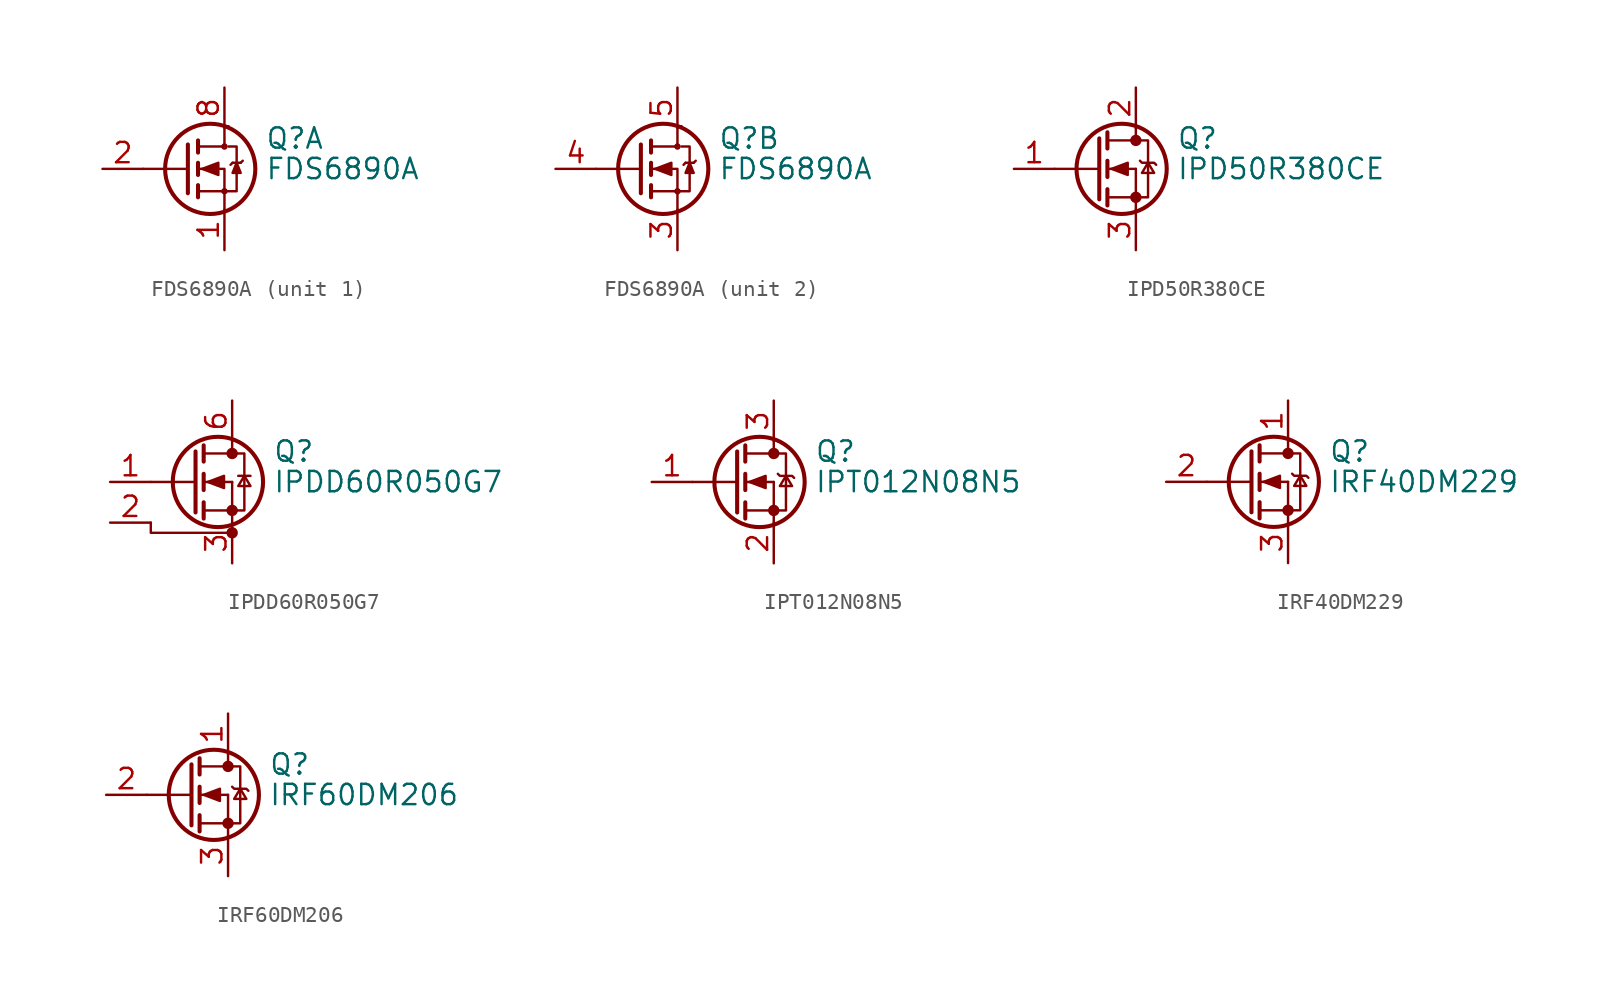
<source format=kicad_sym>
(kicad_symbol_lib
  (version 20201005)
  (generator kicad_symbol_editor)
  (symbol "FDS6890A"
    (pin_names
      (offset 0) hide)
    (property "Reference" "Q"
      (at 5.08 1.905 0)
      (effects (font (size 1.27 1.27)) (justify left)))
    (property "Value" "FDS6890A"
      (at 5.08 0 0)
      (effects (font (size 1.27 1.27)) (justify left)))
    (symbol "FDS6890A_0_1"
      (circle (center 1.651 0) (radius 2.819) (stroke (width 0.254)) (fill (type none)))
      (circle (center 2.54 -1.397) (radius 0.127) (stroke (width 0)) (fill (type none)))
      (circle (center 2.54 1.397) (radius 0.127) (stroke (width 0)) (fill (type none)))
      (polyline (pts (xy 0.254 0) (xy -2.54 0)) (stroke (width 0)) (fill (type none)))
      (polyline (pts (xy 0.889 -1.016) (xy 0.889 -1.778)) (stroke (width 0.254)) (fill (type none)))
      (polyline (pts (xy 0.889 0.381) (xy 0.889 -0.381)) (stroke (width 0.254)) (fill (type none)))
      (polyline (pts (xy 0.889 1.778) (xy 0.889 1.016)) (stroke (width 0.254)) (fill (type none)))
      (polyline (pts (xy 3.048 0.381) (xy 2.921 0.254)) (stroke (width 0)) (fill (type none)))
      (polyline (pts (xy 3.048 0.381) (xy 3.556 0.381)) (stroke (width 0)) (fill (type none)))
      (polyline (pts (xy 3.556 0.381) (xy 3.683 0.508)) (stroke (width 0)) (fill (type none)))
      (polyline (pts (xy 0.254 1.524) (xy 0.254 -1.524) (xy 0.254 -1.524)) (stroke (width 0.254)) (fill (type none)))
      (polyline (pts (xy 0.889 -1.397) (xy 2.54 -1.397) (xy 2.54 -2.667) (xy 2.54 -2.667)) (stroke (width 0)) (fill (type none)))
      (polyline (pts (xy 1.016 1.397) (xy 2.54 1.397) (xy 2.54 2.667) (xy 2.794 2.667)) (stroke (width 0)) (fill (type none)))
      (polyline (pts (xy 2.794 1.397) (xy 3.302 1.397) (xy 3.302 -1.397) (xy 2.54 -1.397)) (stroke (width 0)) (fill (type none)))
      (polyline (pts (xy 3.302 0.381) (xy 3.048 -0.254) (xy 3.556 -0.254) (xy 3.302 0.381)) (stroke (width 0)) (fill (type outline)))
      (polyline (pts (xy 0.889 0) (xy 1.27 0) (xy 2.54 0) (xy 2.54 -1.27) (xy 2.54 -1.27)) (stroke (width 0)) (fill (type none)))
      (polyline (pts (xy 1.143 0) (xy 2.159 0.381) (xy 2.159 -0.381) (xy 1.143 0) (xy 1.27 0) (xy 1.27 0)) (stroke (width 0)) (fill (type outline))))
    (symbol "FDS6890A_1_1"
      (pin passive line (at 2.54 -5.08 90) (length 2.54) (name "S1" (effects (font (size 1.27 1.27)))) (number "1" (effects (font (size 1.27 1.27)))))
      (pin passive line (at -5.08 0 0) (length 2.54) (name "G1" (effects (font (size 1.27 1.27)))) (number "2" (effects (font (size 1.27 1.27)))))
      (pin passive line (at 2.54 5.08 270) (length 2.54) hide (name "D1" (effects (font (size 1.27 1.27)))) (number "7" (effects (font (size 1.27 1.27)))))
      (pin passive line (at 2.54 5.08 270) (length 2.54) (name "D1" (effects (font (size 1.27 1.27)))) (number "8" (effects (font (size 1.27 1.27))))))
    (symbol "FDS6890A_2_1"
      (pin passive line (at 2.54 -5.08 90) (length 2.54) (name "S2" (effects (font (size 1.27 1.27)))) (number "3" (effects (font (size 1.27 1.27)))))
      (pin passive line (at -5.08 0 0) (length 2.54) (name "G2" (effects (font (size 1.27 1.27)))) (number "4" (effects (font (size 1.27 1.27)))))
      (pin passive line (at 2.54 5.08 270) (length 2.54) (name "D2" (effects (font (size 1.27 1.27)))) (number "5" (effects (font (size 1.27 1.27)))))
      (pin passive line (at 2.54 5.08 270) (length 2.54) hide (name "D2" (effects (font (size 1.27 1.27)))) (number "6" (effects (font (size 1.27 1.27)))))))
  (symbol "IPD50R380CE"
    (pin_names
      (offset 0) hide)
    (property "Reference" "Q"
      (at 5.08 1.905 0)
      (effects (font (size 1.27 1.27)) (justify left)))
    (property "Value" "IPD50R380CE"
      (at 5.08 0 0)
      (effects (font (size 1.27 1.27)) (justify left)))
    (symbol "IPD50R380CE_0_1"
      (circle (center 1.651 0) (radius 2.819) (stroke (width 0.254)) (fill (type none)))
      (circle (center 2.54 -1.778) (radius 0.279) (stroke (width 0)) (fill (type outline)))
      (circle (center 2.54 1.778) (radius 0.279) (stroke (width 0)) (fill (type outline)))
      (polyline (pts (xy -2.54 0) (xy 0.254 0)) (stroke (width 0)) (fill (type none)))
      (polyline (pts (xy 0.762 -1.778) (xy 2.54 -1.778)) (stroke (width 0)) (fill (type none)))
      (polyline (pts (xy 0.762 -1.27) (xy 0.762 -2.286)) (stroke (width 0.254)) (fill (type none)))
      (polyline (pts (xy 0.762 0) (xy 2.54 0)) (stroke (width 0)) (fill (type none)))
      (polyline (pts (xy 0.762 0.508) (xy 0.762 -0.508)) (stroke (width 0.254)) (fill (type none)))
      (polyline (pts (xy 0.762 1.778) (xy 2.54 1.778)) (stroke (width 0)) (fill (type none)))
      (polyline (pts (xy 0.762 2.286) (xy 0.762 1.27)) (stroke (width 0.254)) (fill (type none)))
      (polyline (pts (xy 2.54 -1.778) (xy 2.54 -2.54)) (stroke (width 0)) (fill (type none)))
      (polyline (pts (xy 2.54 -1.778) (xy 2.54 0)) (stroke (width 0)) (fill (type none)))
      (polyline (pts (xy 2.54 2.54) (xy 2.54 1.778)) (stroke (width 0)) (fill (type none)))
      (polyline (pts (xy 0.254 1.905) (xy 0.254 -1.905) (xy 0.254 -1.905)) (stroke (width 0.254)) (fill (type none)))
      (polyline (pts (xy 1.016 0) (xy 2.032 0.381) (xy 2.032 -0.381) (xy 1.016 0)) (stroke (width 0)) (fill (type outline)))
      (polyline (pts (xy 2.54 -1.778) (xy 3.302 -1.778) (xy 3.302 1.778) (xy 2.54 1.778)) (stroke (width 0)) (fill (type none)))
      (polyline (pts (xy 2.794 0.508) (xy 2.921 0.381) (xy 3.683 0.381) (xy 3.81 0.254)) (stroke (width 0)) (fill (type none)))
      (polyline (pts (xy 3.302 0.381) (xy 2.921 -0.254) (xy 3.683 -0.254) (xy 3.302 0.381)) (stroke (width 0)) (fill (type none))))
    (symbol "IPD50R380CE_1_1"
      (pin input line (at -5.08 0 0) (length 2.54) (name "G" (effects (font (size 1.27 1.27)))) (number "1" (effects (font (size 1.27 1.27)))))
      (pin passive line (at 2.54 5.08 270) (length 2.54) (name "D" (effects (font (size 1.27 1.27)))) (number "2" (effects (font (size 1.27 1.27)))))
      (pin passive line (at 2.54 -5.08 90) (length 2.54) (name "S" (effects (font (size 1.27 1.27)))) (number "3" (effects (font (size 1.27 1.27)))))))
  (symbol "IPDD60R050G7"
    (pin_names
      (offset 0) hide)
    (property "Reference" "Q"
      (at 5.08 1.905 0)
      (effects (font (size 1.27 1.27)) (justify left)))
    (property "Value" "IPDD60R050G7"
      (at 5.08 0 0)
      (effects (font (size 1.27 1.27)) (justify left)))
    (symbol "IPDD60R050G7_0_1"
      (circle (center 1.651 0) (radius 2.819) (stroke (width 0.254)) (fill (type none)))
      (circle (center 2.54 -3.175) (radius 0.279) (stroke (width 0)) (fill (type outline)))
      (circle (center 2.54 -1.778) (radius 0.279) (stroke (width 0)) (fill (type outline)))
      (circle (center 2.54 1.778) (radius 0.279) (stroke (width 0)) (fill (type outline)))
      (polyline (pts (xy -2.54 0) (xy 0.254 0)) (stroke (width 0)) (fill (type none)))
      (polyline (pts (xy 0.762 -1.778) (xy 2.54 -1.778)) (stroke (width 0)) (fill (type none)))
      (polyline (pts (xy 0.762 -1.27) (xy 0.762 -2.286)) (stroke (width 0.254)) (fill (type none)))
      (polyline (pts (xy 0.762 0) (xy 2.54 0)) (stroke (width 0)) (fill (type none)))
      (polyline (pts (xy 0.762 0.508) (xy 0.762 -0.508)) (stroke (width 0.254)) (fill (type none)))
      (polyline (pts (xy 0.762 1.778) (xy 2.54 1.778)) (stroke (width 0)) (fill (type none)))
      (polyline (pts (xy 0.762 2.286) (xy 0.762 1.27)) (stroke (width 0.254)) (fill (type none)))
      (polyline (pts (xy 2.54 -1.778) (xy 2.54 -2.54)) (stroke (width 0)) (fill (type none)))
      (polyline (pts (xy 2.54 -1.778) (xy 2.54 0)) (stroke (width 0)) (fill (type none)))
      (polyline (pts (xy 2.54 2.54) (xy 2.54 1.778)) (stroke (width 0)) (fill (type none)))
      (polyline (pts (xy 3.683 0.381) (xy 2.921 0.381)) (stroke (width 0)) (fill (type none)))
      (polyline (pts (xy -2.54 -2.54) (xy -2.54 -3.175) (xy 2.54 -3.175)) (stroke (width 0)) (fill (type none)))
      (polyline (pts (xy 0.254 1.905) (xy 0.254 -1.905) (xy 0.254 -1.905)) (stroke (width 0.254)) (fill (type none)))
      (polyline (pts (xy 1.016 0) (xy 2.032 0.381) (xy 2.032 -0.381) (xy 1.016 0)) (stroke (width 0)) (fill (type outline)))
      (polyline (pts (xy 2.54 -1.778) (xy 3.302 -1.778) (xy 3.302 1.778) (xy 2.54 1.778)) (stroke (width 0)) (fill (type none)))
      (polyline (pts (xy 3.302 0.381) (xy 2.921 -0.254) (xy 3.683 -0.254) (xy 3.302 0.381)) (stroke (width 0)) (fill (type none))))
    (symbol "IPDD60R050G7_1_1"
      (pin input line (at -5.08 0 0) (length 2.54) (name "G" (effects (font (size 1.27 1.27)))) (number "1" (effects (font (size 1.27 1.27)))))
      (pin passive line (at 2.54 5.08 270) (length 2.54) hide (name "D" (effects (font (size 1.27 1.27)))) (number "10" (effects (font (size 1.27 1.27)))))
      (pin passive line (at -5.08 -2.54 0) (length 2.54) (name "DS" (effects (font (size 1.27 1.27)))) (number "2" (effects (font (size 1.27 1.27)))))
      (pin passive line (at 2.54 -5.08 90) (length 2.54) (name "PS" (effects (font (size 1.27 1.27)))) (number "3" (effects (font (size 1.27 1.27)))))
      (pin passive line (at 2.54 -5.08 90) (length 2.54) hide (name "PS" (effects (font (size 1.27 1.27)))) (number "4" (effects (font (size 1.27 1.27)))))
      (pin passive line (at 2.54 -5.08 90) (length 2.54) hide (name "PS" (effects (font (size 1.27 1.27)))) (number "5" (effects (font (size 1.27 1.27)))))
      (pin passive line (at 2.54 5.08 270) (length 2.54) (name "D" (effects (font (size 1.27 1.27)))) (number "6" (effects (font (size 1.27 1.27)))))
      (pin passive line (at 2.54 5.08 270) (length 2.54) hide (name "D" (effects (font (size 1.27 1.27)))) (number "7" (effects (font (size 1.27 1.27)))))
      (pin passive line (at 2.54 5.08 270) (length 2.54) hide (name "D" (effects (font (size 1.27 1.27)))) (number "8" (effects (font (size 1.27 1.27)))))
      (pin passive line (at 2.54 5.08 270) (length 2.54) hide (name "D" (effects (font (size 1.27 1.27)))) (number "9" (effects (font (size 1.27 1.27)))))))
  (symbol "IPT012N08N5"
    (pin_names hide)
    (property "Reference" "Q"
      (at 5.08 1.905 0)
      (effects (font (size 1.27 1.27)) (justify left)))
    (property "Value" "IPT012N08N5"
      (at 5.08 0 0)
      (effects (font (size 1.27 1.27)) (justify left)))
    (symbol "IPT012N08N5_0_1"
      (circle (center 1.651 0) (radius 2.819) (stroke (width 0.254)) (fill (type none)))
      (circle (center 2.54 -1.778) (radius 0.279) (stroke (width 0)) (fill (type outline)))
      (circle (center 2.54 1.778) (radius 0.279) (stroke (width 0)) (fill (type outline)))
      (polyline (pts (xy -2.54 0) (xy 0.254 0)) (stroke (width 0)) (fill (type none)))
      (polyline (pts (xy 0.762 -1.778) (xy 2.54 -1.778)) (stroke (width 0)) (fill (type none)))
      (polyline (pts (xy 0.762 -1.27) (xy 0.762 -2.286)) (stroke (width 0.254)) (fill (type none)))
      (polyline (pts (xy 0.762 0) (xy 2.54 0)) (stroke (width 0)) (fill (type none)))
      (polyline (pts (xy 0.762 0.508) (xy 0.762 -0.508)) (stroke (width 0.254)) (fill (type none)))
      (polyline (pts (xy 0.762 1.778) (xy 2.54 1.778)) (stroke (width 0)) (fill (type none)))
      (polyline (pts (xy 0.762 2.286) (xy 0.762 1.27)) (stroke (width 0.254)) (fill (type none)))
      (polyline (pts (xy 2.54 -1.778) (xy 2.54 -2.54)) (stroke (width 0)) (fill (type none)))
      (polyline (pts (xy 2.54 -1.778) (xy 2.54 0)) (stroke (width 0)) (fill (type none)))
      (polyline (pts (xy 2.54 2.54) (xy 2.54 1.778)) (stroke (width 0)) (fill (type none)))
      (polyline (pts (xy 0.254 1.905) (xy 0.254 -1.905) (xy 0.254 -1.905)) (stroke (width 0.254)) (fill (type none)))
      (polyline (pts (xy 1.016 0) (xy 2.032 0.381) (xy 2.032 -0.381) (xy 1.016 0)) (stroke (width 0)) (fill (type outline)))
      (polyline (pts (xy 2.54 -1.778) (xy 3.302 -1.778) (xy 3.302 1.778) (xy 2.54 1.778)) (stroke (width 0)) (fill (type none)))
      (polyline (pts (xy 2.794 0.508) (xy 2.921 0.381) (xy 3.683 0.381) (xy 3.81 0.254)) (stroke (width 0)) (fill (type none)))
      (polyline (pts (xy 3.302 0.381) (xy 2.921 -0.254) (xy 3.683 -0.254) (xy 3.302 0.381)) (stroke (width 0)) (fill (type none))))
    (symbol "IPT012N08N5_1_1"
      (pin input line (at -5.08 0 0) (length 2.54) (name "G" (effects (font (size 1.27 1.27)))) (number "1" (effects (font (size 1.27 1.27)))))
      (pin passive line (at 2.54 -5.08 90) (length 2.54) (name "S" (effects (font (size 1.27 1.27)))) (number "2" (effects (font (size 1.27 1.27)))))
      (pin passive line (at 2.54 5.08 270) (length 2.54) (name "D" (effects (font (size 1.27 1.27)))) (number "3" (effects (font (size 1.27 1.27)))))))
  (symbol "IRF40DM229"
    (pin_names
      (offset 0) hide)
    (property "Reference" "Q"
      (at 5.08 1.905 0)
      (effects (font (size 1.27 1.27)) (justify left)))
    (property "Value" "IRF40DM229"
      (at 5.08 0 0)
      (effects (font (size 1.27 1.27)) (justify left)))
    (symbol "IRF40DM229_0_1"
      (circle (center 1.651 0) (radius 2.819) (stroke (width 0.254)) (fill (type none)))
      (circle (center 2.54 -1.778) (radius 0.279) (stroke (width 0)) (fill (type outline)))
      (circle (center 2.54 1.778) (radius 0.279) (stroke (width 0)) (fill (type outline)))
      (polyline (pts (xy -2.54 0) (xy 0.254 0)) (stroke (width 0)) (fill (type none)))
      (polyline (pts (xy 0.762 -1.778) (xy 2.54 -1.778)) (stroke (width 0)) (fill (type none)))
      (polyline (pts (xy 0.762 -1.27) (xy 0.762 -2.286)) (stroke (width 0.254)) (fill (type none)))
      (polyline (pts (xy 0.762 0) (xy 2.54 0)) (stroke (width 0)) (fill (type none)))
      (polyline (pts (xy 0.762 0.508) (xy 0.762 -0.508)) (stroke (width 0.254)) (fill (type none)))
      (polyline (pts (xy 0.762 1.778) (xy 2.54 1.778)) (stroke (width 0)) (fill (type none)))
      (polyline (pts (xy 0.762 2.286) (xy 0.762 1.27)) (stroke (width 0.254)) (fill (type none)))
      (polyline (pts (xy 2.54 -1.778) (xy 2.54 -2.54)) (stroke (width 0)) (fill (type none)))
      (polyline (pts (xy 2.54 -1.778) (xy 2.54 0)) (stroke (width 0)) (fill (type none)))
      (polyline (pts (xy 2.54 2.54) (xy 2.54 1.778)) (stroke (width 0)) (fill (type none)))
      (polyline (pts (xy 0.254 1.905) (xy 0.254 -1.905) (xy 0.254 -1.905)) (stroke (width 0.254)) (fill (type none)))
      (polyline (pts (xy 1.016 0) (xy 2.032 0.381) (xy 2.032 -0.381) (xy 1.016 0)) (stroke (width 0)) (fill (type outline)))
      (polyline (pts (xy 2.54 -1.778) (xy 3.302 -1.778) (xy 3.302 1.778) (xy 2.54 1.778)) (stroke (width 0)) (fill (type none)))
      (polyline (pts (xy 2.794 0.508) (xy 2.921 0.381) (xy 3.683 0.381) (xy 3.81 0.254)) (stroke (width 0)) (fill (type none)))
      (polyline (pts (xy 3.302 0.381) (xy 2.921 -0.254) (xy 3.683 -0.254) (xy 3.302 0.381)) (stroke (width 0)) (fill (type none))))
    (symbol "IRF40DM229_1_1"
      (pin passive line (at 2.54 5.08 270) (length 2.54) (name "D" (effects (font (size 1.27 1.27)))) (number "1" (effects (font (size 1.27 1.27)))))
      (pin input line (at -5.08 0 0) (length 2.54) (name "G" (effects (font (size 1.27 1.27)))) (number "2" (effects (font (size 1.27 1.27)))))
      (pin passive line (at 2.54 -5.08 90) (length 2.54) (name "S" (effects (font (size 1.27 1.27)))) (number "3" (effects (font (size 1.27 1.27)))))))
  (symbol "IRF60DM206"
    (pin_names
      (offset 0) hide)
    (property "Reference" "Q"
      (at 5.08 1.905 0)
      (effects (font (size 1.27 1.27)) (justify left)))
    (property "Value" "IRF60DM206"
      (at 5.08 0 0)
      (effects (font (size 1.27 1.27)) (justify left)))
    (symbol "IRF60DM206_0_1"
      (circle (center 1.651 0) (radius 2.819) (stroke (width 0.254)) (fill (type none)))
      (circle (center 2.54 -1.778) (radius 0.279) (stroke (width 0)) (fill (type outline)))
      (circle (center 2.54 1.778) (radius 0.279) (stroke (width 0)) (fill (type outline)))
      (polyline (pts (xy -2.54 0) (xy 0.254 0)) (stroke (width 0)) (fill (type none)))
      (polyline (pts (xy 0.762 -1.778) (xy 2.54 -1.778)) (stroke (width 0)) (fill (type none)))
      (polyline (pts (xy 0.762 -1.27) (xy 0.762 -2.286)) (stroke (width 0.254)) (fill (type none)))
      (polyline (pts (xy 0.762 0) (xy 2.54 0)) (stroke (width 0)) (fill (type none)))
      (polyline (pts (xy 0.762 0.508) (xy 0.762 -0.508)) (stroke (width 0.254)) (fill (type none)))
      (polyline (pts (xy 0.762 1.778) (xy 2.54 1.778)) (stroke (width 0)) (fill (type none)))
      (polyline (pts (xy 0.762 2.286) (xy 0.762 1.27)) (stroke (width 0.254)) (fill (type none)))
      (polyline (pts (xy 2.54 -1.778) (xy 2.54 -2.54)) (stroke (width 0)) (fill (type none)))
      (polyline (pts (xy 2.54 -1.778) (xy 2.54 0)) (stroke (width 0)) (fill (type none)))
      (polyline (pts (xy 2.54 2.54) (xy 2.54 1.778)) (stroke (width 0)) (fill (type none)))
      (polyline (pts (xy 0.254 1.905) (xy 0.254 -1.905) (xy 0.254 -1.905)) (stroke (width 0.254)) (fill (type none)))
      (polyline (pts (xy 1.016 0) (xy 2.032 0.381) (xy 2.032 -0.381) (xy 1.016 0)) (stroke (width 0)) (fill (type outline)))
      (polyline (pts (xy 2.54 -1.778) (xy 3.302 -1.778) (xy 3.302 1.778) (xy 2.54 1.778)) (stroke (width 0)) (fill (type none)))
      (polyline (pts (xy 2.794 0.508) (xy 2.921 0.381) (xy 3.683 0.381) (xy 3.81 0.254)) (stroke (width 0)) (fill (type none)))
      (polyline (pts (xy 3.302 0.381) (xy 2.921 -0.254) (xy 3.683 -0.254) (xy 3.302 0.381)) (stroke (width 0)) (fill (type none))))
    (symbol "IRF60DM206_1_1"
      (pin passive line (at 2.54 5.08 270) (length 2.54) (name "D" (effects (font (size 1.27 1.27)))) (number "1" (effects (font (size 1.27 1.27)))))
      (pin input line (at -5.08 0 0) (length 2.54) (name "G" (effects (font (size 1.27 1.27)))) (number "2" (effects (font (size 1.27 1.27)))))
      (pin passive line (at 2.54 -5.08 90) (length 2.54) (name "S" (effects (font (size 1.27 1.27)))) (number "3" (effects (font (size 1.27 1.27))))))))
</source>
